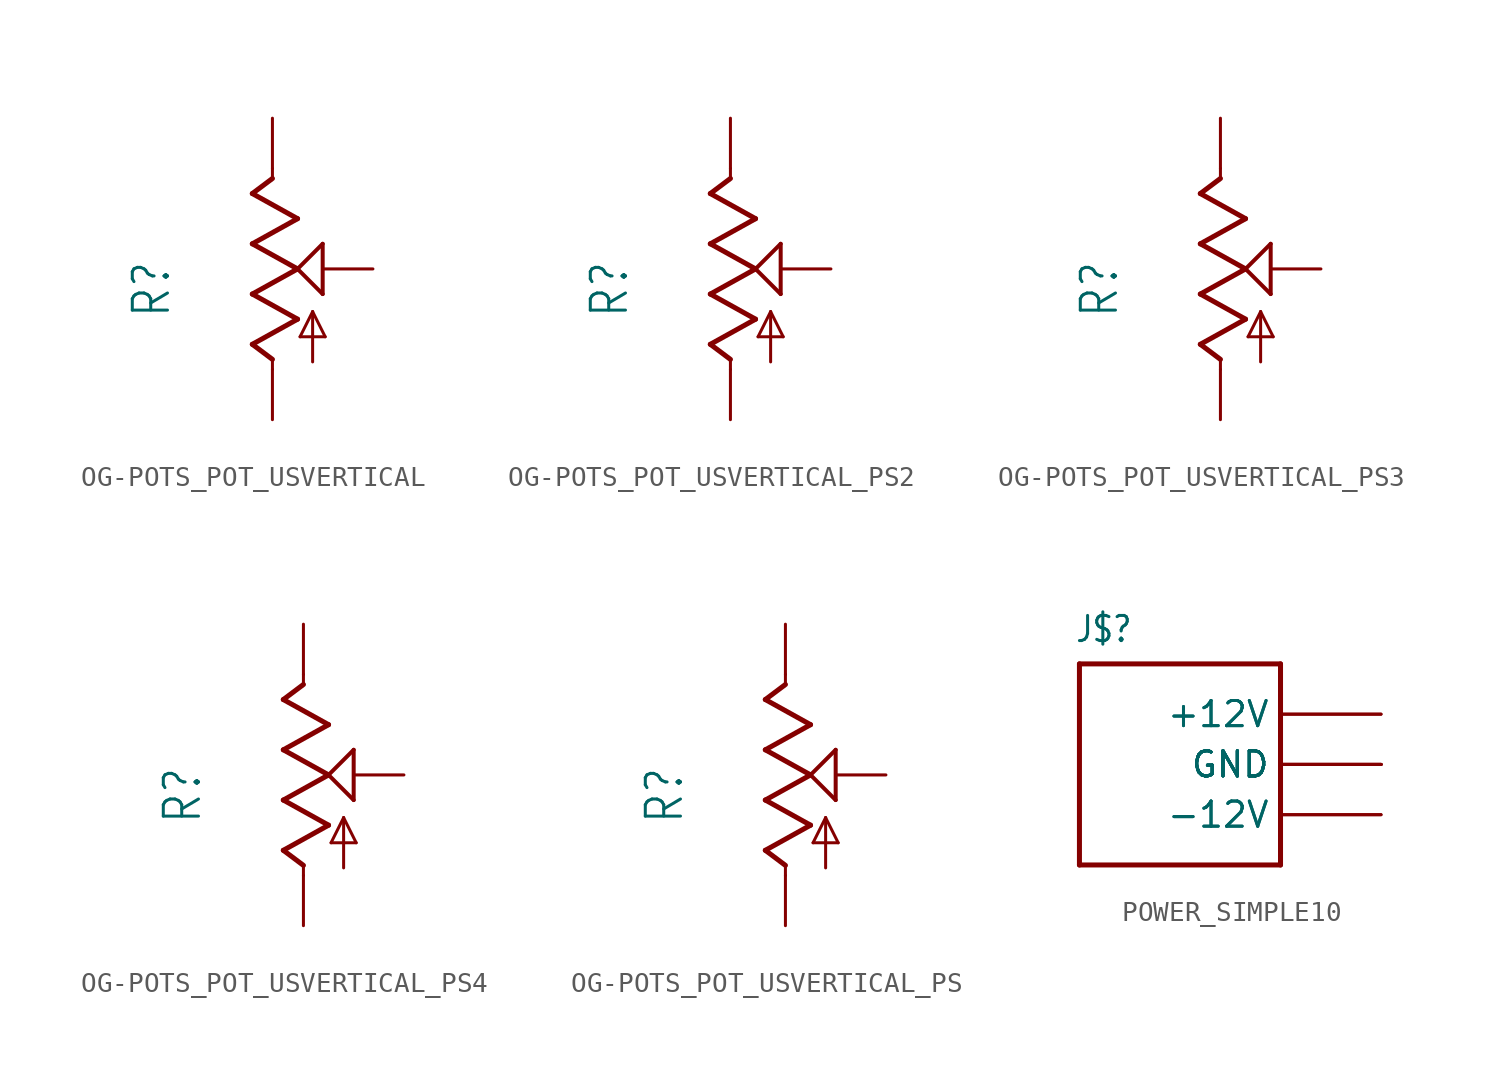
<source format=kicad_sym>
(kicad_symbol_lib
  (version 20231120)
  (generator "kicad_symbol_editor")
  (generator_version "8.0")
  (symbol "OG-POTS_POT_USVERTICAL"
    (property "Reference" "R"
      (at -5.08 -2.54 90)
      (effects (font (size 1.778 1.511)) (justify left bottom)))
    (property "Value" ""
      (at -2.54 -2.54 90)
      (effects (font (size 1.778 1.511)) (justify left bottom)))
    (property "ki_locked" ""
      (at 0 0 0)
      (effects (font (size 1.27 1.27))))
    (symbol "OG-POTS_POT_USVERTICAL_1_0"
      (polyline (pts (xy -1.016 -3.81) (xy 1.27 -2.54)) (stroke (width 0.254) (type solid)) (fill (type none)))
      (polyline (pts (xy -1.016 -1.27) (xy 1.27 0)) (stroke (width 0.254) (type solid)) (fill (type none)))
      (polyline (pts (xy -1.016 1.27) (xy 1.27 2.54)) (stroke (width 0.254) (type solid)) (fill (type none)))
      (polyline (pts (xy -1.016 3.81) (xy 0 4.572)) (stroke (width 0.254) (type solid)) (fill (type none)))
      (polyline (pts (xy 0 -5.08) (xy 0 -4.572)) (stroke (width 0.152) (type solid)) (fill (type none)))
      (polyline (pts (xy 0 -4.572) (xy -1.016 -3.81)) (stroke (width 0.254) (type solid)) (fill (type none)))
      (polyline (pts (xy 0 4.572) (xy 0 5.08)) (stroke (width 0.152) (type solid)) (fill (type none)))
      (polyline (pts (xy 1.27 -2.54) (xy -1.016 -1.27)) (stroke (width 0.254) (type solid)) (fill (type none)))
      (polyline (pts (xy 1.27 0) (xy -1.016 1.27)) (stroke (width 0.254) (type solid)) (fill (type none)))
      (polyline (pts (xy 1.27 0) (xy 2.54 1.27)) (stroke (width 0.203) (type solid)) (fill (type none)))
      (polyline (pts (xy 1.27 2.54) (xy -1.016 3.81)) (stroke (width 0.254) (type solid)) (fill (type none)))
      (polyline (pts (xy 1.397 -3.429) (xy 2.032 -2.159)) (stroke (width 0.152) (type solid)) (fill (type none)))
      (polyline (pts (xy 2.032 -4.699) (xy 2.032 -2.159)) (stroke (width 0.152) (type solid)) (fill (type none)))
      (polyline (pts (xy 2.032 -2.159) (xy 2.667 -3.429)) (stroke (width 0.152) (type solid)) (fill (type none)))
      (polyline (pts (xy 2.54 -1.27) (xy 1.27 0)) (stroke (width 0.203) (type solid)) (fill (type none)))
      (polyline (pts (xy 2.54 1.27) (xy 2.54 -1.27)) (stroke (width 0.203) (type solid)) (fill (type none)))
      (polyline (pts (xy 2.667 -3.429) (xy 1.397 -3.429)) (stroke (width 0.152) (type solid)) (fill (type none)))
      (pin passive line (at 0 7.62 270) (length 2.54) (name "E" (effects (font (size 0 0)))) (number "P$1" (effects (font (size 0 0)))))
      (pin passive line (at 5.08 0 180) (length 2.54) (name "S" (effects (font (size 0 0)))) (number "P$2" (effects (font (size 0 0)))))
      (pin passive line (at 0 -7.62 90) (length 2.54) (name "A" (effects (font (size 0 0)))) (number "P$3" (effects (font (size 0 0)))))))
  (symbol "OG-POTS_POT_USVERTICAL_PS2"
    (property "Reference" "R"
      (at -5.08 -2.54 90)
      (effects (font (size 1.778 1.511)) (justify left bottom)))
    (property "Value" ""
      (at -2.54 -2.54 90)
      (effects (font (size 1.778 1.511)) (justify left bottom)))
    (property "ki_locked" ""
      (at 0 0 0)
      (effects (font (size 1.27 1.27))))
    (symbol "OG-POTS_POT_USVERTICAL_PS2_1_0"
      (polyline (pts (xy -1.016 -3.81) (xy 1.27 -2.54)) (stroke (width 0.254) (type solid)) (fill (type none)))
      (polyline (pts (xy -1.016 -1.27) (xy 1.27 0)) (stroke (width 0.254) (type solid)) (fill (type none)))
      (polyline (pts (xy -1.016 1.27) (xy 1.27 2.54)) (stroke (width 0.254) (type solid)) (fill (type none)))
      (polyline (pts (xy -1.016 3.81) (xy 0 4.572)) (stroke (width 0.254) (type solid)) (fill (type none)))
      (polyline (pts (xy 0 -5.08) (xy 0 -4.572)) (stroke (width 0.152) (type solid)) (fill (type none)))
      (polyline (pts (xy 0 -4.572) (xy -1.016 -3.81)) (stroke (width 0.254) (type solid)) (fill (type none)))
      (polyline (pts (xy 0 4.572) (xy 0 5.08)) (stroke (width 0.152) (type solid)) (fill (type none)))
      (polyline (pts (xy 1.27 -2.54) (xy -1.016 -1.27)) (stroke (width 0.254) (type solid)) (fill (type none)))
      (polyline (pts (xy 1.27 0) (xy -1.016 1.27)) (stroke (width 0.254) (type solid)) (fill (type none)))
      (polyline (pts (xy 1.27 0) (xy 2.54 1.27)) (stroke (width 0.203) (type solid)) (fill (type none)))
      (polyline (pts (xy 1.27 2.54) (xy -1.016 3.81)) (stroke (width 0.254) (type solid)) (fill (type none)))
      (polyline (pts (xy 1.397 -3.429) (xy 2.032 -2.159)) (stroke (width 0.152) (type solid)) (fill (type none)))
      (polyline (pts (xy 2.032 -4.699) (xy 2.032 -2.159)) (stroke (width 0.152) (type solid)) (fill (type none)))
      (polyline (pts (xy 2.032 -2.159) (xy 2.667 -3.429)) (stroke (width 0.152) (type solid)) (fill (type none)))
      (polyline (pts (xy 2.54 -1.27) (xy 1.27 0)) (stroke (width 0.203) (type solid)) (fill (type none)))
      (polyline (pts (xy 2.54 1.27) (xy 2.54 -1.27)) (stroke (width 0.203) (type solid)) (fill (type none)))
      (polyline (pts (xy 2.667 -3.429) (xy 1.397 -3.429)) (stroke (width 0.152) (type solid)) (fill (type none)))
      (pin passive line (at 0 7.62 270) (length 2.54) (name "E" (effects (font (size 0 0)))) (number "P$1" (effects (font (size 0 0)))))
      (pin passive line (at 5.08 0 180) (length 2.54) (name "S" (effects (font (size 0 0)))) (number "P$2" (effects (font (size 0 0)))))
      (pin passive line (at 0 -7.62 90) (length 2.54) (name "A" (effects (font (size 0 0)))) (number "P$3" (effects (font (size 0 0)))))))
  (symbol "OG-POTS_POT_USVERTICAL_PS3"
    (property "Reference" "R"
      (at -5.08 -2.54 90)
      (effects (font (size 1.778 1.511)) (justify left bottom)))
    (property "Value" ""
      (at -2.54 -2.54 90)
      (effects (font (size 1.778 1.511)) (justify left bottom)))
    (property "ki_locked" ""
      (at 0 0 0)
      (effects (font (size 1.27 1.27))))
    (symbol "OG-POTS_POT_USVERTICAL_PS3_1_0"
      (polyline (pts (xy -1.016 -3.81) (xy 1.27 -2.54)) (stroke (width 0.254) (type solid)) (fill (type none)))
      (polyline (pts (xy -1.016 -1.27) (xy 1.27 0)) (stroke (width 0.254) (type solid)) (fill (type none)))
      (polyline (pts (xy -1.016 1.27) (xy 1.27 2.54)) (stroke (width 0.254) (type solid)) (fill (type none)))
      (polyline (pts (xy -1.016 3.81) (xy 0 4.572)) (stroke (width 0.254) (type solid)) (fill (type none)))
      (polyline (pts (xy 0 -5.08) (xy 0 -4.572)) (stroke (width 0.152) (type solid)) (fill (type none)))
      (polyline (pts (xy 0 -4.572) (xy -1.016 -3.81)) (stroke (width 0.254) (type solid)) (fill (type none)))
      (polyline (pts (xy 0 4.572) (xy 0 5.08)) (stroke (width 0.152) (type solid)) (fill (type none)))
      (polyline (pts (xy 1.27 -2.54) (xy -1.016 -1.27)) (stroke (width 0.254) (type solid)) (fill (type none)))
      (polyline (pts (xy 1.27 0) (xy -1.016 1.27)) (stroke (width 0.254) (type solid)) (fill (type none)))
      (polyline (pts (xy 1.27 0) (xy 2.54 1.27)) (stroke (width 0.203) (type solid)) (fill (type none)))
      (polyline (pts (xy 1.27 2.54) (xy -1.016 3.81)) (stroke (width 0.254) (type solid)) (fill (type none)))
      (polyline (pts (xy 1.397 -3.429) (xy 2.032 -2.159)) (stroke (width 0.152) (type solid)) (fill (type none)))
      (polyline (pts (xy 2.032 -4.699) (xy 2.032 -2.159)) (stroke (width 0.152) (type solid)) (fill (type none)))
      (polyline (pts (xy 2.032 -2.159) (xy 2.667 -3.429)) (stroke (width 0.152) (type solid)) (fill (type none)))
      (polyline (pts (xy 2.54 -1.27) (xy 1.27 0)) (stroke (width 0.203) (type solid)) (fill (type none)))
      (polyline (pts (xy 2.54 1.27) (xy 2.54 -1.27)) (stroke (width 0.203) (type solid)) (fill (type none)))
      (polyline (pts (xy 2.667 -3.429) (xy 1.397 -3.429)) (stroke (width 0.152) (type solid)) (fill (type none)))
      (pin passive line (at 0 7.62 270) (length 2.54) (name "E" (effects (font (size 0 0)))) (number "P$1" (effects (font (size 0 0)))))
      (pin passive line (at 5.08 0 180) (length 2.54) (name "S" (effects (font (size 0 0)))) (number "P$2" (effects (font (size 0 0)))))
      (pin passive line (at 0 -7.62 90) (length 2.54) (name "A" (effects (font (size 0 0)))) (number "P$3" (effects (font (size 0 0)))))))
  (symbol "OG-POTS_POT_USVERTICAL_PS4"
    (property "Reference" "R"
      (at -5.08 -2.54 90)
      (effects (font (size 1.778 1.511)) (justify left bottom)))
    (property "Value" ""
      (at -2.54 -2.54 90)
      (effects (font (size 1.778 1.511)) (justify left bottom)))
    (property "ki_locked" ""
      (at 0 0 0)
      (effects (font (size 1.27 1.27))))
    (symbol "OG-POTS_POT_USVERTICAL_PS4_1_0"
      (polyline (pts (xy -1.016 -3.81) (xy 1.27 -2.54)) (stroke (width 0.254) (type solid)) (fill (type none)))
      (polyline (pts (xy -1.016 -1.27) (xy 1.27 0)) (stroke (width 0.254) (type solid)) (fill (type none)))
      (polyline (pts (xy -1.016 1.27) (xy 1.27 2.54)) (stroke (width 0.254) (type solid)) (fill (type none)))
      (polyline (pts (xy -1.016 3.81) (xy 0 4.572)) (stroke (width 0.254) (type solid)) (fill (type none)))
      (polyline (pts (xy 0 -5.08) (xy 0 -4.572)) (stroke (width 0.152) (type solid)) (fill (type none)))
      (polyline (pts (xy 0 -4.572) (xy -1.016 -3.81)) (stroke (width 0.254) (type solid)) (fill (type none)))
      (polyline (pts (xy 0 4.572) (xy 0 5.08)) (stroke (width 0.152) (type solid)) (fill (type none)))
      (polyline (pts (xy 1.27 -2.54) (xy -1.016 -1.27)) (stroke (width 0.254) (type solid)) (fill (type none)))
      (polyline (pts (xy 1.27 0) (xy -1.016 1.27)) (stroke (width 0.254) (type solid)) (fill (type none)))
      (polyline (pts (xy 1.27 0) (xy 2.54 1.27)) (stroke (width 0.203) (type solid)) (fill (type none)))
      (polyline (pts (xy 1.27 2.54) (xy -1.016 3.81)) (stroke (width 0.254) (type solid)) (fill (type none)))
      (polyline (pts (xy 1.397 -3.429) (xy 2.032 -2.159)) (stroke (width 0.152) (type solid)) (fill (type none)))
      (polyline (pts (xy 2.032 -4.699) (xy 2.032 -2.159)) (stroke (width 0.152) (type solid)) (fill (type none)))
      (polyline (pts (xy 2.032 -2.159) (xy 2.667 -3.429)) (stroke (width 0.152) (type solid)) (fill (type none)))
      (polyline (pts (xy 2.54 -1.27) (xy 1.27 0)) (stroke (width 0.203) (type solid)) (fill (type none)))
      (polyline (pts (xy 2.54 1.27) (xy 2.54 -1.27)) (stroke (width 0.203) (type solid)) (fill (type none)))
      (polyline (pts (xy 2.667 -3.429) (xy 1.397 -3.429)) (stroke (width 0.152) (type solid)) (fill (type none)))
      (pin passive line (at 0 7.62 270) (length 2.54) (name "E" (effects (font (size 0 0)))) (number "P$1" (effects (font (size 0 0)))))
      (pin passive line (at 5.08 0 180) (length 2.54) (name "S" (effects (font (size 0 0)))) (number "P$2" (effects (font (size 0 0)))))
      (pin passive line (at 0 -7.62 90) (length 2.54) (name "A" (effects (font (size 0 0)))) (number "P$3" (effects (font (size 0 0)))))))
  (symbol "OG-POTS_POT_USVERTICAL_PS"
    (property "Reference" "R"
      (at -5.08 -2.54 90)
      (effects (font (size 1.778 1.511)) (justify left bottom)))
    (property "Value" ""
      (at -2.54 -2.54 90)
      (effects (font (size 1.778 1.511)) (justify left bottom)))
    (property "ki_locked" ""
      (at 0 0 0)
      (effects (font (size 1.27 1.27))))
    (symbol "OG-POTS_POT_USVERTICAL_PS_1_0"
      (polyline (pts (xy -1.016 -3.81) (xy 1.27 -2.54)) (stroke (width 0.254) (type solid)) (fill (type none)))
      (polyline (pts (xy -1.016 -1.27) (xy 1.27 0)) (stroke (width 0.254) (type solid)) (fill (type none)))
      (polyline (pts (xy -1.016 1.27) (xy 1.27 2.54)) (stroke (width 0.254) (type solid)) (fill (type none)))
      (polyline (pts (xy -1.016 3.81) (xy 0 4.572)) (stroke (width 0.254) (type solid)) (fill (type none)))
      (polyline (pts (xy 0 -5.08) (xy 0 -4.572)) (stroke (width 0.152) (type solid)) (fill (type none)))
      (polyline (pts (xy 0 -4.572) (xy -1.016 -3.81)) (stroke (width 0.254) (type solid)) (fill (type none)))
      (polyline (pts (xy 0 4.572) (xy 0 5.08)) (stroke (width 0.152) (type solid)) (fill (type none)))
      (polyline (pts (xy 1.27 -2.54) (xy -1.016 -1.27)) (stroke (width 0.254) (type solid)) (fill (type none)))
      (polyline (pts (xy 1.27 0) (xy -1.016 1.27)) (stroke (width 0.254) (type solid)) (fill (type none)))
      (polyline (pts (xy 1.27 0) (xy 2.54 1.27)) (stroke (width 0.203) (type solid)) (fill (type none)))
      (polyline (pts (xy 1.27 2.54) (xy -1.016 3.81)) (stroke (width 0.254) (type solid)) (fill (type none)))
      (polyline (pts (xy 1.397 -3.429) (xy 2.032 -2.159)) (stroke (width 0.152) (type solid)) (fill (type none)))
      (polyline (pts (xy 2.032 -4.699) (xy 2.032 -2.159)) (stroke (width 0.152) (type solid)) (fill (type none)))
      (polyline (pts (xy 2.032 -2.159) (xy 2.667 -3.429)) (stroke (width 0.152) (type solid)) (fill (type none)))
      (polyline (pts (xy 2.54 -1.27) (xy 1.27 0)) (stroke (width 0.203) (type solid)) (fill (type none)))
      (polyline (pts (xy 2.54 1.27) (xy 2.54 -1.27)) (stroke (width 0.203) (type solid)) (fill (type none)))
      (polyline (pts (xy 2.667 -3.429) (xy 1.397 -3.429)) (stroke (width 0.152) (type solid)) (fill (type none)))
      (pin passive line (at 0 7.62 270) (length 2.54) (name "E" (effects (font (size 0 0)))) (number "P$1" (effects (font (size 0 0)))))
      (pin passive line (at 5.08 0 180) (length 2.54) (name "S" (effects (font (size 0 0)))) (number "P$2" (effects (font (size 0 0)))))
      (pin passive line (at 0 -7.62 90) (length 2.54) (name "A" (effects (font (size 0 0)))) (number "P$3" (effects (font (size 0 0)))))))
  (symbol "POWER_SIMPLE10"
    (property "Reference" "J$"
      (at -5.334 6.096 0)
      (effects (font (size 1.27 1.079)) (justify left bottom)))
    (property "ki_locked" ""
      (at 0 0 0)
      (effects (font (size 1.27 1.27))))
    (symbol "POWER_SIMPLE10_1_0"
      (polyline (pts (xy -5.08 -5.08) (xy -5.08 5.08)) (stroke (width 0.254) (type solid)) (fill (type none)))
      (polyline (pts (xy -5.08 5.08) (xy 5.08 5.08)) (stroke (width 0.254) (type solid)) (fill (type none)))
      (polyline (pts (xy 5.08 -5.08) (xy -5.08 -5.08)) (stroke (width 0.254) (type solid)) (fill (type none)))
      (polyline (pts (xy 5.08 5.08) (xy 5.08 -5.08)) (stroke (width 0.254) (type solid)) (fill (type none)))
      (pin bidirectional line (at 10.16 -2.54 180) (length 5.08) (name "-12V" (effects (font (size 1.27 1.27)))) (number "1" (effects (font (size 0 0)))))
      (pin bidirectional line (at 10.16 2.54 180) (length 5.08) (name "+12V" (effects (font (size 1.27 1.27)))) (number "10" (effects (font (size 0 0)))))
      (pin bidirectional line (at 10.16 -2.54 180) (length 5.08) (name "-12V" (effects (font (size 1.27 1.27)))) (number "2" (effects (font (size 0 0)))))
      (pin bidirectional line (at 10.16 0 180) (length 5.08) (name "GND" (effects (font (size 1.27 1.27)))) (number "3" (effects (font (size 0 0)))))
      (pin bidirectional line (at 10.16 0 180) (length 5.08) (name "GND" (effects (font (size 1.27 1.27)))) (number "4" (effects (font (size 0 0)))))
      (pin bidirectional line (at 10.16 0 180) (length 5.08) (name "GND" (effects (font (size 1.27 1.27)))) (number "5" (effects (font (size 0 0)))))
      (pin bidirectional line (at 10.16 0 180) (length 5.08) (name "GND" (effects (font (size 1.27 1.27)))) (number "6" (effects (font (size 0 0)))))
      (pin bidirectional line (at 10.16 0 180) (length 5.08) (name "GND" (effects (font (size 1.27 1.27)))) (number "7" (effects (font (size 0 0)))))
      (pin bidirectional line (at 10.16 0 180) (length 5.08) (name "GND" (effects (font (size 1.27 1.27)))) (number "8" (effects (font (size 0 0)))))
      (pin bidirectional line (at 10.16 2.54 180) (length 5.08) (name "+12V" (effects (font (size 1.27 1.27)))) (number "9" (effects (font (size 0 0))))))))
</source>
